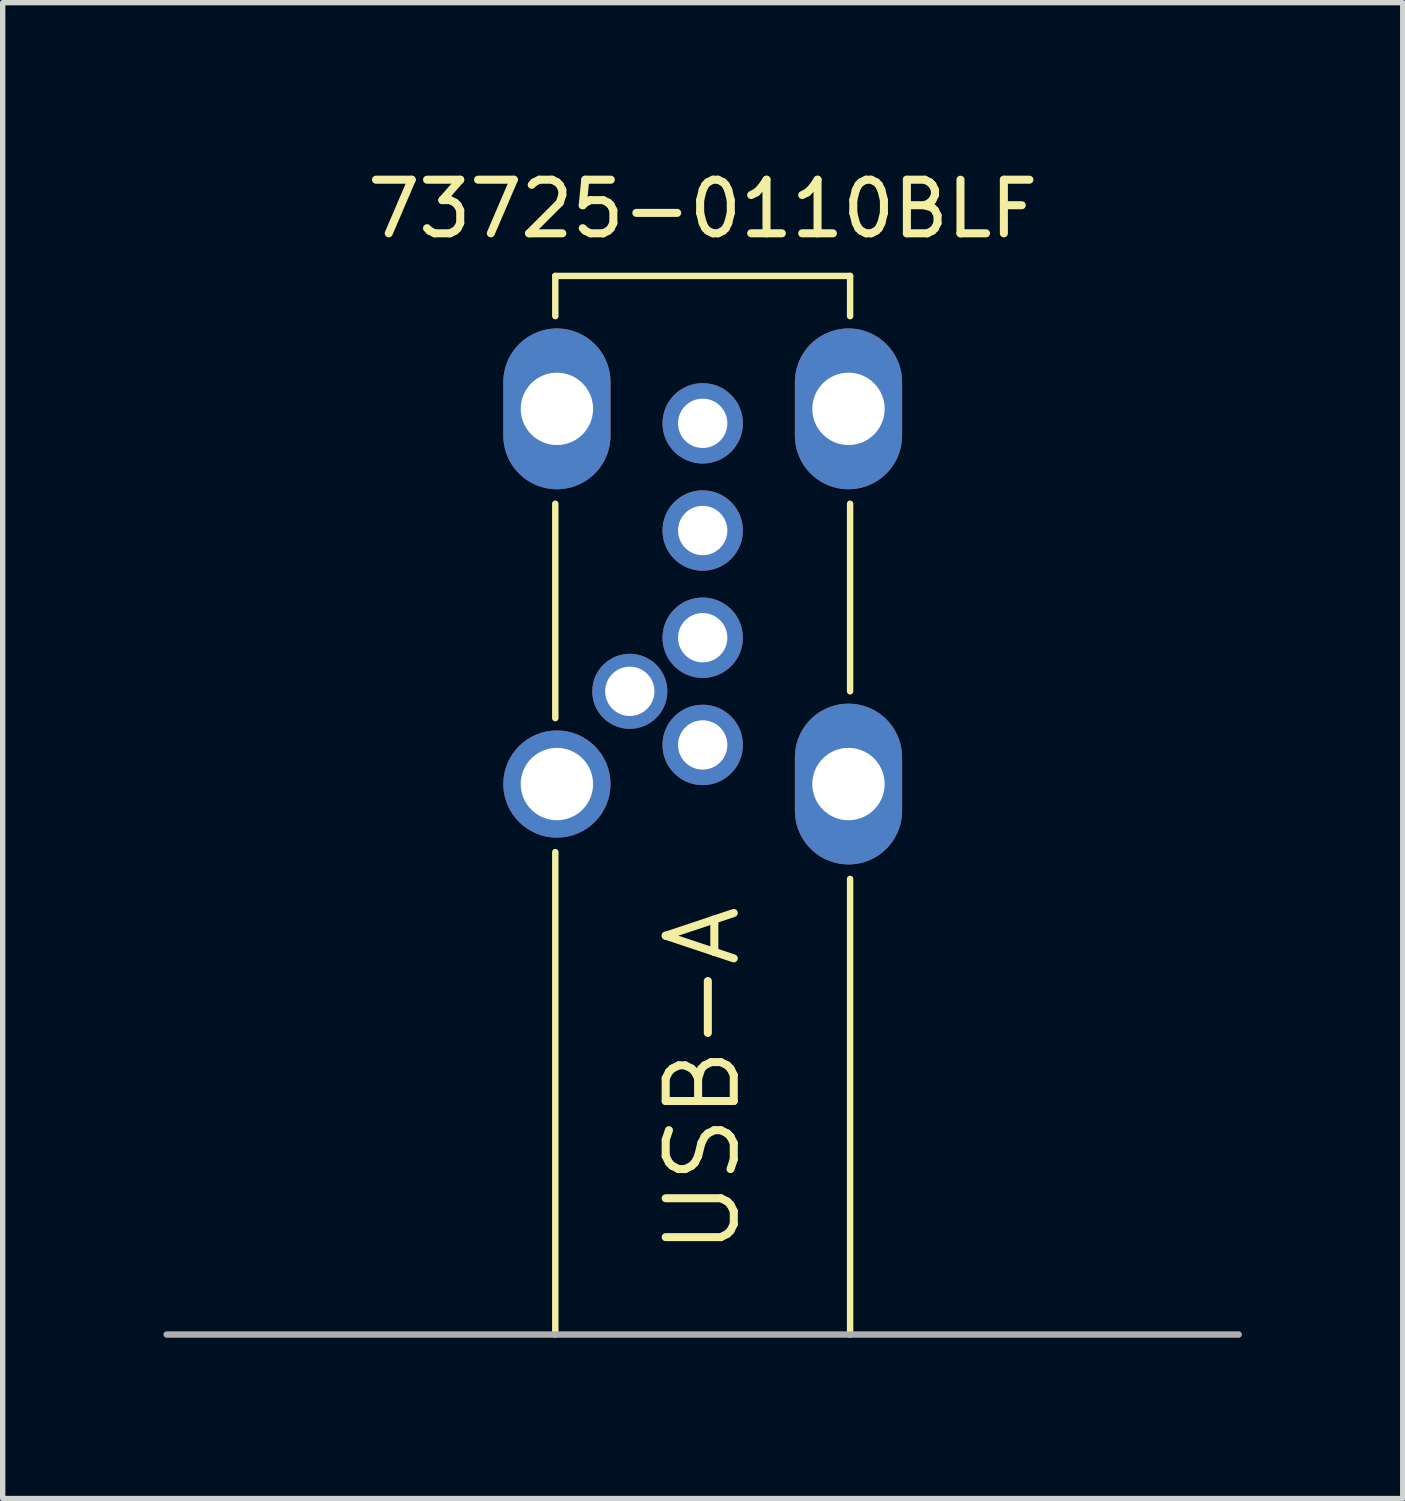
<source format=kicad_pcb>
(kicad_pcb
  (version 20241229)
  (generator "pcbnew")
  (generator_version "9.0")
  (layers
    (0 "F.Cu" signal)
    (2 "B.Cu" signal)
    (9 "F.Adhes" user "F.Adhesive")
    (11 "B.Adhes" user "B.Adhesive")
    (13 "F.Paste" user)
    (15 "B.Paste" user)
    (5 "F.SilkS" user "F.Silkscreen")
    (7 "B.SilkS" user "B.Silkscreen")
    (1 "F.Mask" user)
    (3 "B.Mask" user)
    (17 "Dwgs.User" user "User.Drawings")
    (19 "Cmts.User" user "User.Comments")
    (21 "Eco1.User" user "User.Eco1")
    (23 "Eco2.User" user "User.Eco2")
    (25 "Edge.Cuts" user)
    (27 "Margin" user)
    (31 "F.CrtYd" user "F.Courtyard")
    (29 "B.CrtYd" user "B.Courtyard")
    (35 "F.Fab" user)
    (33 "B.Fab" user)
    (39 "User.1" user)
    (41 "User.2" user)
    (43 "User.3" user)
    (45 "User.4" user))
  (footprint "73725-0110BLF"
    (layer "F.Cu")
    (at 10.06 10.848)
    (property "Reference" "73725-0110BLF" (at 0 -10 0) (layer "F.SilkS") (effects (font (size 1 1) (thickness 0.15))))
    (attr through_hole)
    (fp_line (start -2.75 -8.75) (end 2.75 -8.75) (stroke (width 0.12) (type solid)) (layer "F.SilkS"))
    (fp_line (start -2.75 -8) (end -2.75 -8.75) (stroke (width 0.12) (type solid)) (layer "F.SilkS"))
    (fp_line (start -2.75 -0.5) (end -2.75 -4.5) (stroke (width 0.12) (type solid)) (layer "F.SilkS"))
    (fp_line (start -2.75 11) (end -2.75 2) (stroke (width 0.12) (type solid)) (layer "F.SilkS"))
    (fp_line (start 2.75 -8.75) (end 2.75 -8) (stroke (width 0.12) (type solid)) (layer "F.SilkS"))
    (fp_line (start 2.75 -4.5) (end 2.75 -1) (stroke (width 0.12) (type solid)) (layer "F.SilkS"))
    (fp_line (start 2.75 2.5) (end 2.75 11) (stroke (width 0.12) (type solid)) (layer "F.SilkS"))
    (fp_line (start -10 11) (end 10 11) (stroke (width 0.12) (type solid)) (layer "F.Fab"))
    (fp_text user "USB-A" (at 0 6.25 90) (layer "F.SilkS") (effects (font (size 1.27 1.27) (thickness 0.15))))
    (pad "1" thru_hole circle (at 0 0) (size 1.5 1.5) (drill 0.92) (layers "*.Cu" "*.Mask"))
    (pad "2" thru_hole circle (at 0 -2) (size 1.5 1.5) (drill 0.92) (layers "*.Cu" "*.Mask"))
    (pad "3" thru_hole circle (at 0 -4) (size 1.5 1.5) (drill 0.92) (layers "*.Cu" "*.Mask"))
    (pad "4" thru_hole circle (at 0 -6) (size 1.5 1.5) (drill 0.92) (layers "*.Cu" "*.Mask"))
    (pad "5" thru_hole oval (at -2.72 -6.27) (size 2 3) (drill 1.35) (layers "*.Cu" "*.Mask"))
    (pad "5" thru_hole circle (at -2.72 0.73) (size 2 2) (drill 1.35) (layers "*.Cu" "*.Mask"))
    (pad "5" thru_hole oval (at 2.72 -6.27) (size 2 3) (drill 1.35) (layers "*.Cu" "*.Mask"))
    (pad "5" thru_hole oval (at 2.72 0.73) (size 2 3) (drill 1.35) (layers "*.Cu" "*.Mask"))
    (pad "ID" thru_hole circle (at -1.36 -1) (size 1.4 1.4) (drill 0.92) (layers "*.Cu" "*.Mask")))
  (gr_rect
    (start -3 -3)
    (end 23.12 24.908)
    (stroke (width 0.1) (type default))
    (fill no)
    (layer "Edge.Cuts")))
</source>
